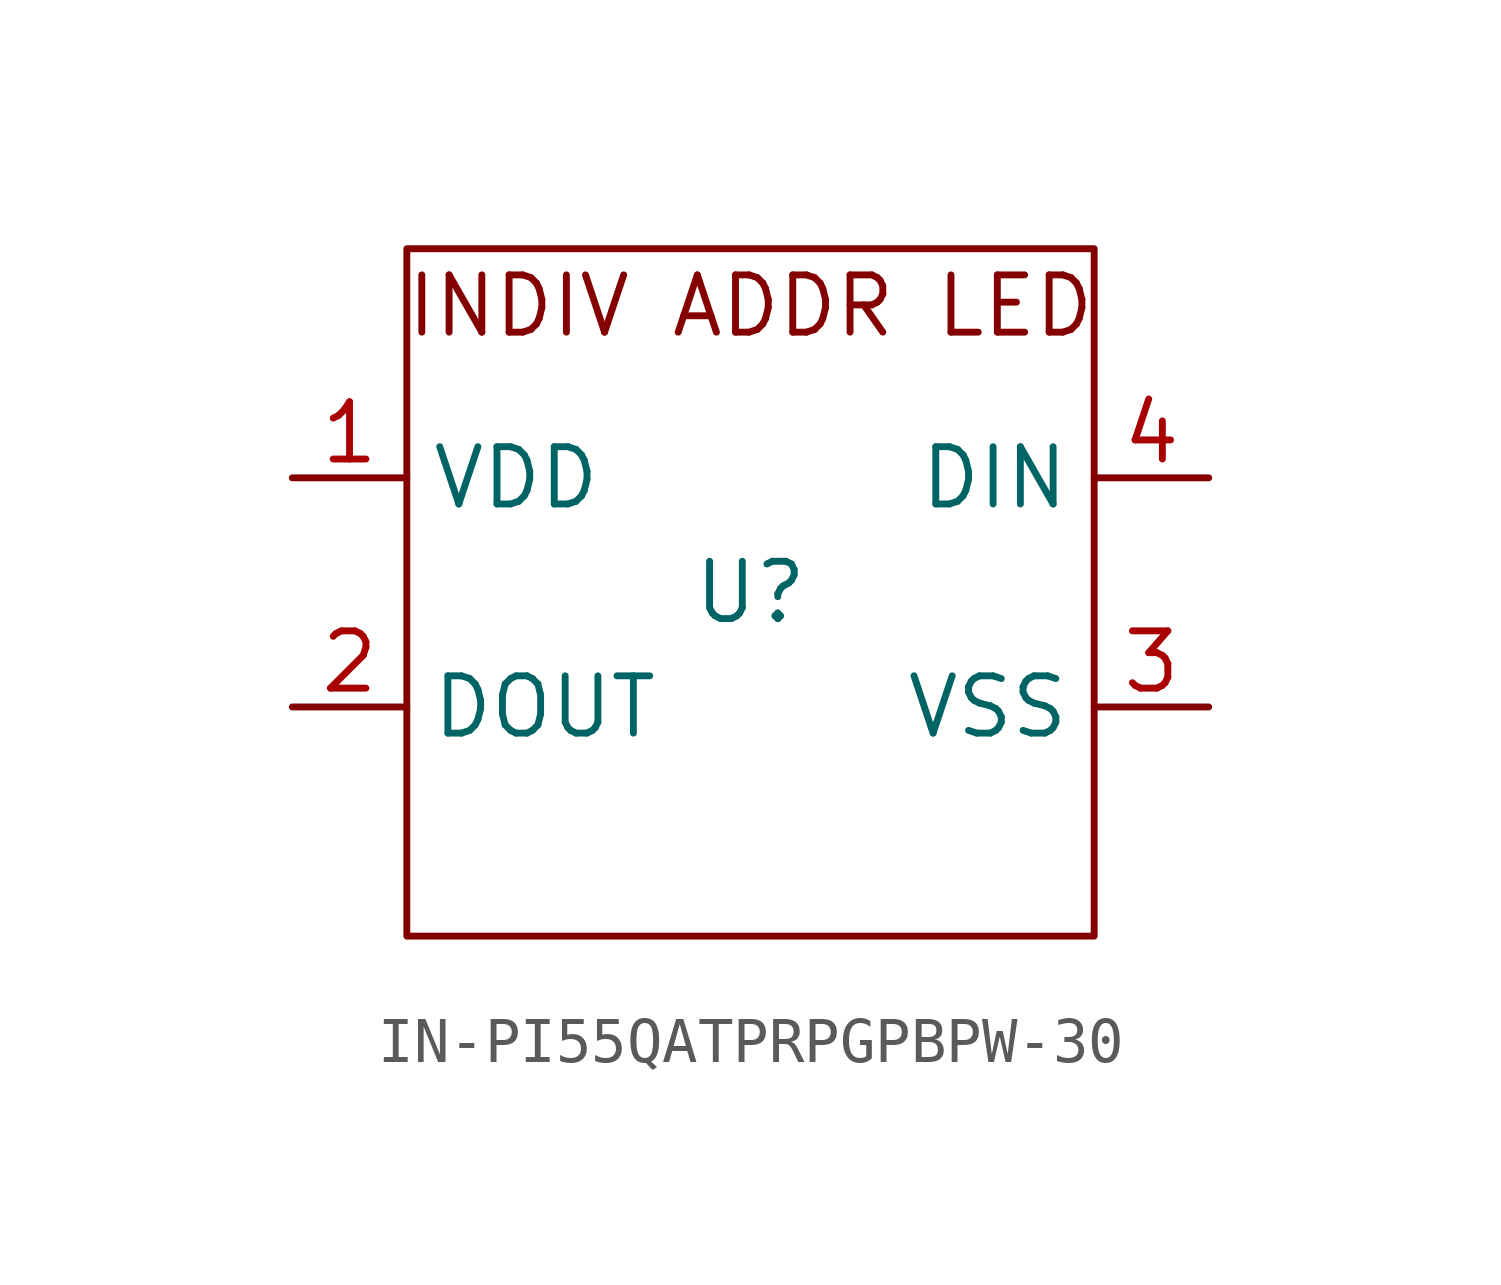
<source format=kicad_sym>
(kicad_symbol_lib
  (version 20220914)
  (generator kicad_symbol_editor)
  (symbol "IN-PI55QATPRPGPBPW-30"
    (property "Reference" "U"
      (at 0 0 0)
      (effects (font (size 1.27 1.27))))
    (property "Value" ""
      (at 0 0 0)
      (effects (font (size 1.27 1.27))))
    (symbol "IN-PI55QATPRPGPBPW-30_0_1"
      (rectangle (start -7.62 7.62) (end 7.62 -7.62) (stroke (width 0) (type default)) (fill (type none)))
      (text "INDIV ADDR LED" (at 0 6.35 0) (effects (font (size 1.27 1.27)))))
    (symbol "IN-PI55QATPRPGPBPW-30_1_1"
      (pin power_in line (at -10.16 2.54 0) (length 2.54) (name "VDD" (effects (font (size 1.27 1.27)))) (number "1" (effects (font (size 1.27 1.27)))))
      (pin output line (at -10.16 -2.54 0) (length 2.54) (name "DOUT" (effects (font (size 1.27 1.27)))) (number "2" (effects (font (size 1.27 1.27)))))
      (pin power_in line (at 10.16 -2.54 180) (length 2.54) (name "VSS" (effects (font (size 1.27 1.27)))) (number "3" (effects (font (size 1.27 1.27)))))
      (pin input line (at 10.16 2.54 180) (length 2.54) (name "DIN" (effects (font (size 1.27 1.27)))) (number "4" (effects (font (size 1.27 1.27))))))))
</source>
